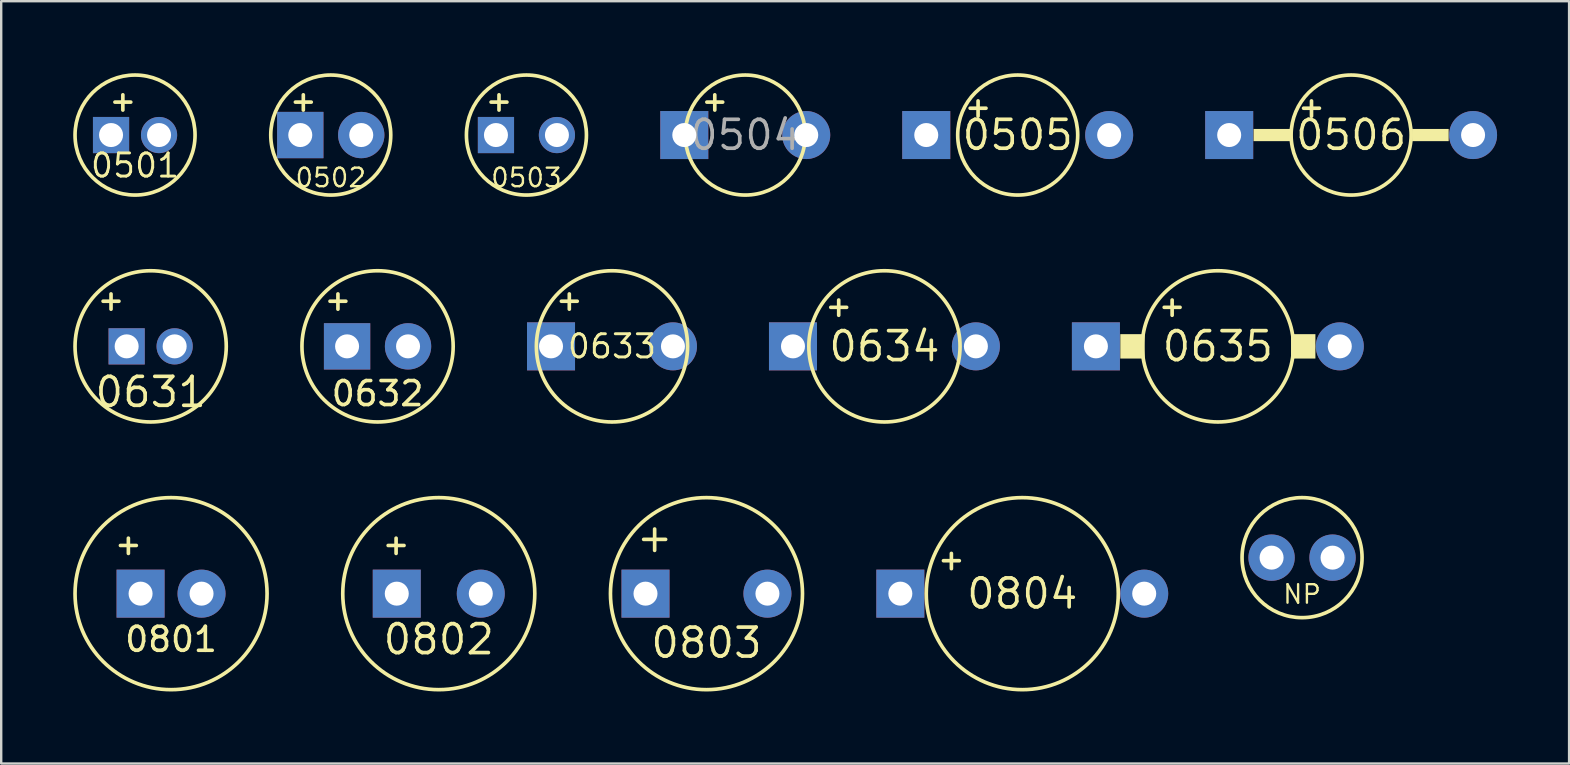
<source format=kicad_pcb>
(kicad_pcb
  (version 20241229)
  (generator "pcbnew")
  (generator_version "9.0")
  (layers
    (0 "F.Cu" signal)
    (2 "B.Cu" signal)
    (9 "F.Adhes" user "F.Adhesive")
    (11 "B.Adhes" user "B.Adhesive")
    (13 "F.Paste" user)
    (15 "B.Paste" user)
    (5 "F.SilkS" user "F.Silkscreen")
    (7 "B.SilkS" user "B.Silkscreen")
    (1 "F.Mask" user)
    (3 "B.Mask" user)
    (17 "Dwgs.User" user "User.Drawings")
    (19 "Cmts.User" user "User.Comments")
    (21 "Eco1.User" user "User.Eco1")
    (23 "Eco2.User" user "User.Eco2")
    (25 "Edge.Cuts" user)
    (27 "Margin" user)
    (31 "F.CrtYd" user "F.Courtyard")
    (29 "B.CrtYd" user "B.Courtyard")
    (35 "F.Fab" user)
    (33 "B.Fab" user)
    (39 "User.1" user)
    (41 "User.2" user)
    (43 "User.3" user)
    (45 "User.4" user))
  (footprint "0504"
    (layer "F.Cu")
    (at 27.997 2.576)
    (property "Reference" "0504" (at 0 0 0) (layer "F.Fab") (effects (font (size 1.206 1.206) (thickness 0.152))))
    (attr through_hole)
    (fp_line (start -1.27 -1.676) (end -1.27 -1.041) (stroke (width 0.152) (type solid)) (layer "F.SilkS"))
    (fp_line (start -0.94 -1.372) (end -1.6 -1.372) (stroke (width 0.152) (type solid)) (layer "F.SilkS"))
    (fp_circle (center 0 0) (end 2.5 0) (stroke (width 0.152) (type solid)) (fill no) (layer "F.SilkS"))
    (pad "1" thru_hole rect (at -2.54 0) (size 2 2) (drill 1) (layers "*.Cu" "*.Mask"))
    (pad "2" thru_hole oval (at 2.54 0) (size 2 2) (drill 1) (layers "*.Cu" "*.Mask")))
  (footprint "0802"
    (layer "F.Cu")
    (at 15.229 21.681)
    (property "Reference" "0802" (at 0 1.905 0) (layer "F.SilkS") (effects (font (size 1.206 1.206) (thickness 0.152))))
    (attr through_hole)
    (fp_line (start -1.778 -2.311) (end -1.778 -1.676) (stroke (width 0.152) (type solid)) (layer "F.SilkS"))
    (fp_line (start -1.448 -2.007) (end -2.108 -2.007) (stroke (width 0.152) (type solid)) (layer "F.SilkS"))
    (fp_circle (center 0 0) (end 4 0) (stroke (width 0.152) (type solid)) (fill no) (layer "F.SilkS"))
    (pad "1" thru_hole rect (at -1.75 0) (size 2 2) (drill 1) (layers "*.Cu" "*.Mask"))
    (pad "2" thru_hole oval (at 1.75 0) (size 2 2) (drill 1) (layers "*.Cu" "*.Mask")))
  (footprint "0634"
    (layer "F.Cu")
    (at 33.795 11.379)
    (property "Reference" "0634" (at 0 0 0) (layer "F.SilkS") (effects (font (size 1.206 1.206) (thickness 0.152))))
    (attr through_hole)
    (fp_line (start -1.905 -1.93) (end -1.905 -1.295) (stroke (width 0.152) (type solid)) (layer "F.SilkS"))
    (fp_line (start -1.575 -1.626) (end -2.235 -1.626) (stroke (width 0.152) (type solid)) (layer "F.SilkS"))
    (fp_circle (center 0 0) (end 3.15 0) (stroke (width 0.152) (type solid)) (fill no) (layer "F.SilkS"))
    (pad "+" thru_hole rect (at -3.81 0) (size 2 2) (drill 1) (layers "*.Cu" "*.Mask"))
    (pad "-" thru_hole oval (at 3.81 0) (size 2 2) (drill 1) (layers "*.Cu" "*.Mask")))
  (footprint "0503"
    (layer "F.Cu")
    (at 18.881 2.576)
    (property "Reference" "0503" (at 0 1.778 0) (layer "F.SilkS") (effects (font (size 0.772 0.772) (thickness 0.098))))
    (attr through_hole)
    (fp_line (start -1.143 -1.676) (end -1.143 -1.041) (stroke (width 0.152) (type solid)) (layer "F.SilkS"))
    (fp_line (start -0.813 -1.372) (end -1.473 -1.372) (stroke (width 0.152) (type solid)) (layer "F.SilkS"))
    (fp_circle (center 0 0) (end 2.5 0) (stroke (width 0.152) (type solid)) (fill no) (layer "F.SilkS"))
    (pad "1" thru_hole rect (at -1.27 0) (size 1.508 1.508) (drill 1) (layers "*.Cu" "*.Mask"))
    (pad "2" thru_hole oval (at 1.27 0) (size 1.508 1.508) (drill 1) (layers "*.Cu" "*.Mask")))
  (footprint "0635"
    (layer "F.Cu")
    (at 47.685 11.379)
    (property "Reference" "0635" (at 0 0 0) (layer "F.SilkS") (effects (font (size 1.206 1.206) (thickness 0.152))))
    (attr through_hole)
    (fp_line (start -1.905 -1.93) (end -1.905 -1.295) (stroke (width 0.152) (type solid)) (layer "F.SilkS"))
    (fp_line (start -1.575 -1.626) (end -2.235 -1.626) (stroke (width 0.152) (type solid)) (layer "F.SilkS"))
    (fp_circle (center 0 0) (end 3.15 0) (stroke (width 0.152) (type solid)) (fill no) (layer "F.SilkS"))
    (fp_poly (pts (xy -4.064 0.508) (xy -3.048 0.508) (xy -3.048 -0.508) (xy -4.064 -0.508)) (stroke (width 0) (type solid)) (fill yes) (layer "F.SilkS"))
    (fp_poly (pts (xy 3.048 0.508) (xy 4.064 0.508) (xy 4.064 -0.508) (xy 3.048 -0.508)) (stroke (width 0) (type solid)) (fill yes) (layer "F.SilkS"))
    (pad "+" thru_hole rect (at -5.08 0) (size 2 2) (drill 1) (layers "*.Cu" "*.Mask"))
    (pad "-" thru_hole oval (at 5.08 0) (size 2 2) (drill 1) (layers "*.Cu" "*.Mask")))
  (footprint "0803"
    (layer "F.Cu")
    (at 26.381 21.681)
    (property "Reference" "0803" (at 0 2.05 0) (layer "F.SilkS") (effects (font (size 1.206 1.206) (thickness 0.152))))
    (attr through_hole)
    (fp_line (start -2.159 -2.692) (end -2.159 -1.803) (stroke (width 0.152) (type solid)) (layer "F.SilkS"))
    (fp_line (start -1.702 -2.261) (end -2.616 -2.261) (stroke (width 0.152) (type solid)) (layer "F.SilkS"))
    (fp_circle (center 0 0) (end 4 0) (stroke (width 0.152) (type solid)) (fill no) (layer "F.SilkS"))
    (pad "1" thru_hole rect (at -2.54 0) (size 2 2) (drill 1) (layers "*.Cu" "*.Mask"))
    (pad "2" thru_hole oval (at 2.54 0) (size 2 2) (drill 1) (layers "*.Cu" "*.Mask")))
  (footprint "0804"
    (layer "F.Cu")
    (at 39.537 21.681)
    (property "Reference" "0804" (at 0 0 0) (layer "F.SilkS") (effects (font (size 1.206 1.206) (thickness 0.152))))
    (attr through_hole)
    (fp_line (start -2.953 -1.676) (end -2.953 -1.041) (stroke (width 0.152) (type solid)) (layer "F.SilkS"))
    (fp_line (start -2.623 -1.372) (end -3.283 -1.372) (stroke (width 0.152) (type solid)) (layer "F.SilkS"))
    (fp_circle (center 0 0) (end 4 0) (stroke (width 0.152) (type solid)) (fill no) (layer "F.SilkS"))
    (pad "+" thru_hole rect (at -5.08 0) (size 2 2) (drill 1) (layers "*.Cu" "*.Mask"))
    (pad "-" thru_hole oval (at 5.08 0) (size 2 2) (drill 1) (layers "*.Cu" "*.Mask")))
  (footprint "0801"
    (layer "F.Cu")
    (at 4.076 21.681)
    (property "Reference" "0801" (at 0 1.905 0) (layer "F.SilkS") (effects (font (size 1 1) (thickness 0.15))))
    (attr through_hole)
    (fp_line (start -1.778 -2.311) (end -1.778 -1.676) (stroke (width 0.152) (type solid)) (layer "F.SilkS"))
    (fp_line (start -1.448 -2.007) (end -2.108 -2.007) (stroke (width 0.152) (type solid)) (layer "F.SilkS"))
    (fp_circle (center 0 0) (end 4 0) (stroke (width 0.152) (type solid)) (fill no) (layer "F.SilkS"))
    (pad "1" thru_hole rect (at -1.27 0) (size 2 2) (drill 1) (layers "*.Cu" "*.Mask"))
    (pad "2" thru_hole oval (at 1.27 0) (size 2 2) (drill 1) (layers "*.Cu" "*.Mask")))
  (footprint "0501"
    (layer "F.Cu")
    (at 2.576 2.576)
    (property "Reference" "0501" (at 0 1.27 0) (layer "F.SilkS") (effects (font (size 0.965 0.965) (thickness 0.122))))
    (attr through_hole)
    (fp_line (start -0.508 -1.676) (end -0.508 -1.041) (stroke (width 0.152) (type solid)) (layer "F.SilkS"))
    (fp_line (start -0.178 -1.372) (end -0.838 -1.372) (stroke (width 0.152) (type solid)) (layer "F.SilkS"))
    (fp_circle (center 0 0) (end 2.5 0) (stroke (width 0.152) (type solid)) (fill no) (layer "F.SilkS"))
    (pad "P$1" thru_hole rect (at -1 0) (size 1.508 1.508) (drill 1) (layers "*.Cu" "*.Mask"))
    (pad "P$2" thru_hole oval (at 1 0) (size 1.508 1.508) (drill 1) (layers "*.Cu" "*.Mask")))
  (footprint "0506"
    (layer "F.Cu")
    (at 53.237 2.576)
    (property "Reference" "0506" (at 0 0 0) (layer "F.SilkS") (effects (font (size 1.206 1.206) (thickness 0.152))))
    (attr through_hole)
    (fp_line (start -1.651 -1.422) (end -1.651 -0.787) (stroke (width 0.152) (type solid)) (layer "F.SilkS"))
    (fp_line (start -1.321 -1.118) (end -1.981 -1.118) (stroke (width 0.152) (type solid)) (layer "F.SilkS"))
    (fp_circle (center 0 0) (end 2.5 0) (stroke (width 0.152) (type solid)) (fill no) (layer "F.SilkS"))
    (fp_poly (pts (xy -4.064 0.254) (xy -2.54 0.254) (xy -2.54 -0.254) (xy -4.064 -0.254)) (stroke (width 0) (type solid)) (fill yes) (layer "F.SilkS"))
    (fp_poly (pts (xy 2.54 0.254) (xy 4.064 0.254) (xy 4.064 -0.254) (xy 2.54 -0.254)) (stroke (width 0) (type solid)) (fill yes) (layer "F.SilkS"))
    (pad "+" thru_hole rect (at -5.08 0) (size 2 2) (drill 1) (layers "*.Cu" "*.Mask"))
    (pad "-" thru_hole oval (at 5.08 0) (size 2 2) (drill 1) (layers "*.Cu" "*.Mask")))
  (footprint "0633"
    (layer "F.Cu")
    (at 22.445 11.379)
    (property "Reference" "0633" (at 0 0 0) (layer "F.SilkS") (effects (font (size 0.965 0.965) (thickness 0.122))))
    (attr through_hole)
    (fp_line (start -1.778 -2.184) (end -1.778 -1.549) (stroke (width 0.152) (type solid)) (layer "F.SilkS"))
    (fp_line (start -1.448 -1.88) (end -2.108 -1.88) (stroke (width 0.152) (type solid)) (layer "F.SilkS"))
    (fp_circle (center 0 0) (end 3.15 0) (stroke (width 0.152) (type solid)) (fill no) (layer "F.SilkS"))
    (pad "1" thru_hole rect (at -2.54 0) (size 2 2) (drill 1) (layers "*.Cu" "*.Mask"))
    (pad "2" thru_hole oval (at 2.54 0) (size 2 2) (drill 1) (layers "*.Cu" "*.Mask")))
  (footprint "0502"
    (layer "F.Cu")
    (at 10.729 2.576)
    (property "Reference" "0502" (at 0 1.778 0) (layer "F.SilkS") (effects (font (size 0.772 0.772) (thickness 0.098))))
    (attr through_hole)
    (fp_line (start -1.143 -1.676) (end -1.143 -1.041) (stroke (width 0.152) (type solid)) (layer "F.SilkS"))
    (fp_line (start -0.813 -1.372) (end -1.473 -1.372) (stroke (width 0.152) (type solid)) (layer "F.SilkS"))
    (fp_circle (center 0 0) (end 2.5 0) (stroke (width 0.152) (type solid)) (fill no) (layer "F.SilkS"))
    (pad "1" thru_hole rect (at -1.27 0) (size 1.93 1.93) (drill 1) (layers "*.Cu" "*.Mask"))
    (pad "2" thru_hole oval (at 1.27 0) (size 1.93 1.93) (drill 1) (layers "*.Cu" "*.Mask")))
  (footprint "NP"
    (layer "F.Cu")
    (at 51.193 20.181)
    (property "Reference" "NP" (at 0 1.524 0) (layer "F.SilkS") (effects (font (size 0.772 0.772) (thickness 0.098))))
    (attr through_hole)
    (fp_circle (center 0 0) (end 2.5 0) (stroke (width 0.152) (type solid)) (fill no) (layer "F.SilkS"))
    (pad "1" thru_hole oval (at -1.27 0) (size 1.93 1.93) (drill 1) (layers "*.Cu" "*.Mask"))
    (pad "2" thru_hole oval (at 1.27 0) (size 1.93 1.93) (drill 1) (layers "*.Cu" "*.Mask")))
  (footprint "0505"
    (layer "F.Cu")
    (at 39.347 2.576)
    (property "Reference" "0505" (at 0 0 0) (layer "F.SilkS") (effects (font (size 1.206 1.206) (thickness 0.152))))
    (attr through_hole)
    (fp_line (start -1.651 -1.422) (end -1.651 -0.787) (stroke (width 0.152) (type solid)) (layer "F.SilkS"))
    (fp_line (start -1.321 -1.118) (end -1.981 -1.118) (stroke (width 0.152) (type solid)) (layer "F.SilkS"))
    (fp_circle (center 0 0) (end 2.5 0) (stroke (width 0.152) (type solid)) (fill no) (layer "F.SilkS"))
    (pad "+" thru_hole rect (at -3.81 0) (size 2 2) (drill 1) (layers "*.Cu" "*.Mask"))
    (pad "-" thru_hole oval (at 3.81 0) (size 2 2) (drill 1) (layers "*.Cu" "*.Mask")))
  (footprint "0632"
    (layer "F.Cu")
    (at 12.679 11.379)
    (property "Reference" "0632" (at 0 1.968 0) (layer "F.SilkS") (effects (font (size 1 1) (thickness 0.15))))
    (attr through_hole)
    (fp_line (start -1.651 -2.184) (end -1.651 -1.549) (stroke (width 0.152) (type solid)) (layer "F.SilkS"))
    (fp_line (start -1.321 -1.88) (end -1.981 -1.88) (stroke (width 0.152) (type solid)) (layer "F.SilkS"))
    (fp_circle (center 0 0) (end 3.15 0) (stroke (width 0.152) (type solid)) (fill no) (layer "F.SilkS"))
    (pad "1" thru_hole rect (at -1.27 0) (size 1.93 1.93) (drill 1) (layers "*.Cu" "*.Mask"))
    (pad "2" thru_hole oval (at 1.27 0) (size 1.93 1.93) (drill 1) (layers "*.Cu" "*.Mask")))
  (footprint "0631"
    (layer "F.Cu")
    (at 3.226 11.379)
    (property "Reference" "0631" (at 0 1.905 0) (layer "F.SilkS") (effects (font (size 1.206 1.206) (thickness 0.152))))
    (attr through_hole)
    (fp_line (start -1.651 -2.184) (end -1.651 -1.549) (stroke (width 0.152) (type solid)) (layer "F.SilkS"))
    (fp_line (start -1.321 -1.88) (end -1.981 -1.88) (stroke (width 0.152) (type solid)) (layer "F.SilkS"))
    (fp_circle (center 0 0) (end 3.15 0) (stroke (width 0.152) (type solid)) (fill no) (layer "F.SilkS"))
    (pad "+" thru_hole rect (at -1 0) (size 1.508 1.508) (drill 1) (layers "*.Cu" "*.Mask"))
    (pad "-" thru_hole oval (at 1 0) (size 1.508 1.508) (drill 1) (layers "*.Cu" "*.Mask")))
  (gr_rect
    (start -3 -3)
    (end 62.317 28.757)
    (stroke (width 0.1) (type default))
    (fill no)
    (layer "Edge.Cuts")))
</source>
